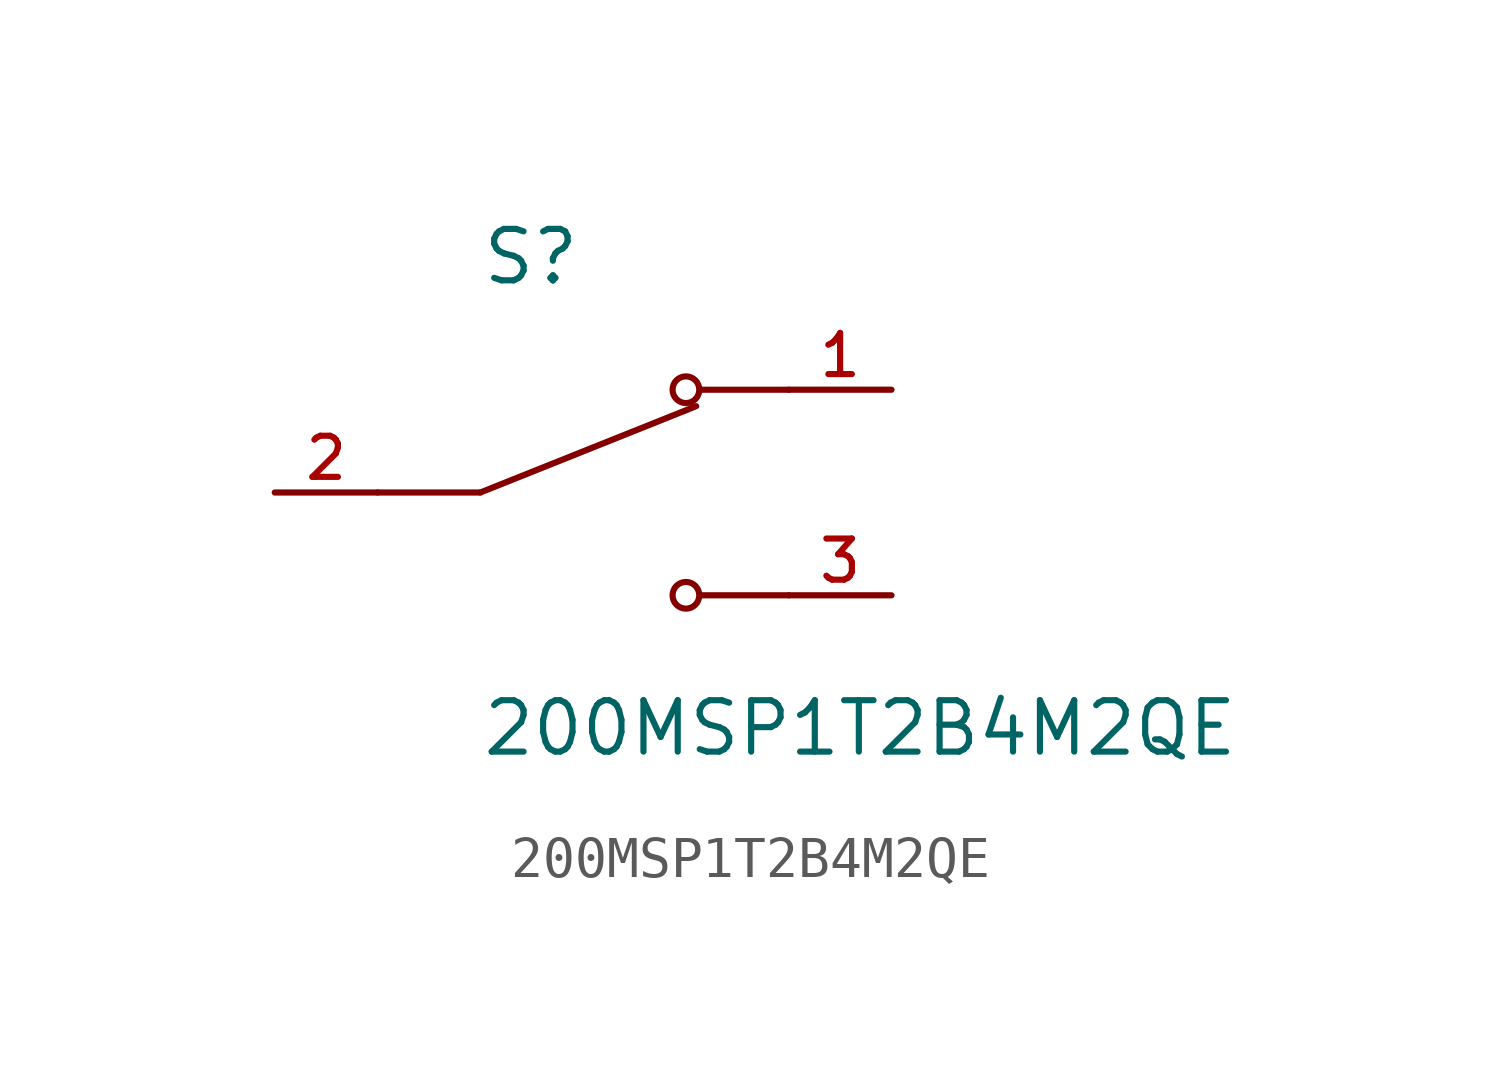
<source format=kicad_sym>
(kicad_symbol_lib
  (version 20211014)
  (generator kicad_symbol_editor)
  (symbol "200MSP1T2B4M2QE"
    (pin_names
      (offset 1.016))
    (property "Reference" "S"
      (at -2.54 5.08 0)
      (effects (font (size 1.27 1.27)) (justify bottom left)))
    (property "Value" "200MSP1T2B4M2QE"
      (at -2.54 -5.08 0)
      (effects (font (size 1.27 1.27)) (justify top left)))
    (symbol "200MSP1T2B4M2QE_0_0"
      (polyline (pts (xy -2.54 0.0) (xy 2.794 2.134)) (stroke (width 0.152)))
      (circle (center 2.54 2.54) (radius 0.33) (stroke (width 0.152)) (fill (type none)))
      (circle (center 2.54 -2.54) (radius 0.33) (stroke (width 0.152)) (fill (type none)))
      (polyline (pts (xy 5.08 -2.54) (xy 2.921 -2.54)) (stroke (width 0.152)))
      (polyline (pts (xy 5.08 2.54) (xy 2.921 2.54)) (stroke (width 0.152)))
      (polyline (pts (xy -2.54 0.0) (xy -5.08 0.0)) (stroke (width 0.152)))
      (pin passive line (at 7.62 2.54 180.0) (length 2.54) (name "~" (effects (font (size 1.016 1.016)))) (number "1" (effects (font (size 1.016 1.016)))))
      (pin passive line (at -7.62 0.0 0) (length 2.54) (name "~" (effects (font (size 1.016 1.016)))) (number "2" (effects (font (size 1.016 1.016)))))
      (pin passive line (at 7.62 -2.54 180.0) (length 2.54) (name "~" (effects (font (size 1.016 1.016)))) (number "3" (effects (font (size 1.016 1.016))))))))
</source>
